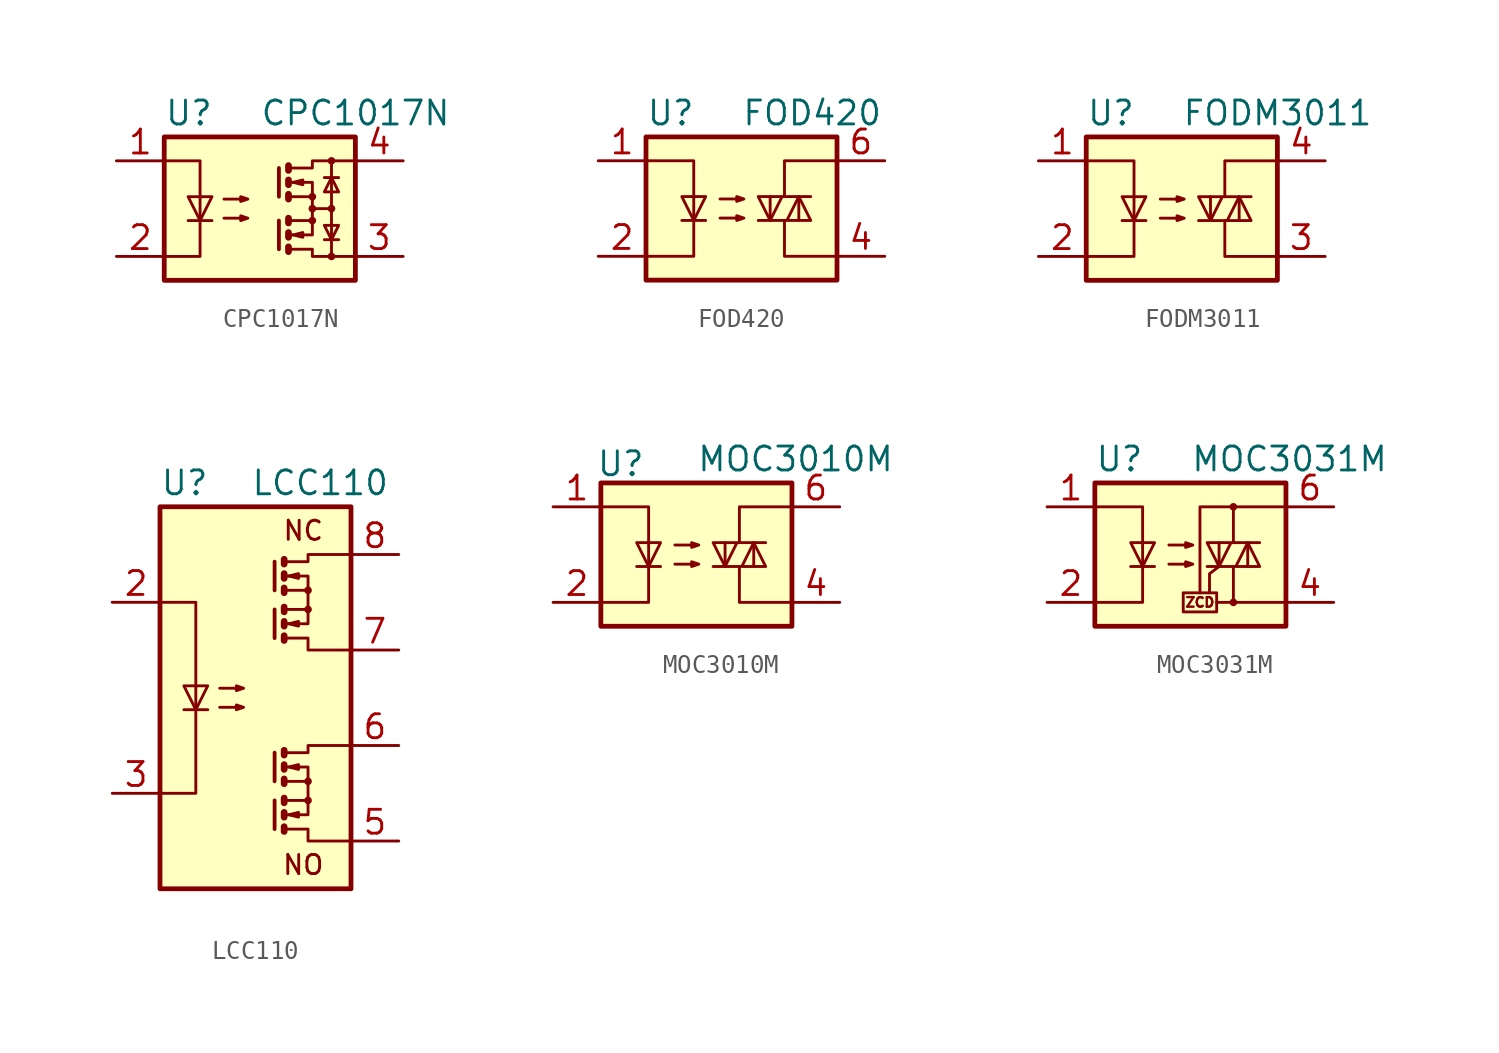
<source format=kicad_sym>
(kicad_symbol_lib
  (version 20201005)
  (generator kicad_symbol_editor)
  (symbol "Relay_SolidState:CPC1017N"
    (property "Reference" "U"
      (at -5.08 5.08 0)
      (effects (font (size 1.27 1.27)) (justify left)))
    (property "Value" "CPC1017N"
      (at 0 5.08 0)
      (effects (font (size 1.27 1.27)) (justify left)))
    (symbol "CPC1017N_0_1"
      (circle (center 2.794 -0.635) (radius 0.127) (stroke (width 0)) (fill (type none)))
      (circle (center 2.794 0) (radius 0.127) (stroke (width 0)) (fill (type none)))
      (circle (center 2.794 0.635) (radius 0.127) (stroke (width 0)) (fill (type none)))
      (circle (center 3.81 -2.54) (radius 0.127) (stroke (width 0)) (fill (type none)))
      (circle (center 3.81 0) (radius 0.127) (stroke (width 0)) (fill (type none)))
      (circle (center 3.81 2.54) (radius 0.127) (stroke (width 0)) (fill (type none)))
      (rectangle (start -5.08 3.81) (end 5.08 -3.81) (stroke (width 0.254)) (fill (type background)))
      (polyline (pts (xy -3.81 -0.635) (xy -2.54 -0.635)) (stroke (width 0)) (fill (type none)))
      (polyline (pts (xy 1.016 -0.635) (xy 1.016 -2.159)) (stroke (width 0.203)) (fill (type none)))
      (polyline (pts (xy 1.016 2.159) (xy 1.016 0.635)) (stroke (width 0.203)) (fill (type none)))
      (polyline (pts (xy 1.524 -0.508) (xy 1.524 -0.762)) (stroke (width 0.356)) (fill (type none)))
      (polyline (pts (xy 2.794 0) (xy 3.81 0)) (stroke (width 0)) (fill (type none)))
      (polyline (pts (xy 3.429 -1.651) (xy 4.191 -1.651)) (stroke (width 0)) (fill (type none)))
      (polyline (pts (xy 3.429 1.651) (xy 4.191 1.651)) (stroke (width 0)) (fill (type none)))
      (polyline (pts (xy 3.81 -2.54) (xy 3.81 2.54)) (stroke (width 0)) (fill (type none)))
      (polyline (pts (xy 1.524 -2.032) (xy 1.524 -2.286) (xy 1.524 -2.286)) (stroke (width 0.356)) (fill (type none)))
      (polyline (pts (xy 1.524 -1.27) (xy 1.524 -1.524) (xy 1.524 -1.524)) (stroke (width 0.356)) (fill (type none)))
      (polyline (pts (xy 1.524 0.762) (xy 1.524 0.508) (xy 1.524 0.508)) (stroke (width 0.356)) (fill (type none)))
      (polyline (pts (xy 1.524 1.524) (xy 1.524 1.27) (xy 1.524 1.27)) (stroke (width 0.356)) (fill (type none)))
      (polyline (pts (xy 1.524 2.286) (xy 1.524 2.032) (xy 1.524 2.032)) (stroke (width 0.356)) (fill (type none)))
      (polyline (pts (xy 1.651 -1.397) (xy 2.794 -1.397) (xy 2.794 -0.635)) (stroke (width 0)) (fill (type none)))
      (polyline (pts (xy 1.651 1.397) (xy 2.794 1.397) (xy 2.794 0.635)) (stroke (width 0)) (fill (type none)))
      (polyline (pts (xy -5.08 2.54) (xy -3.175 2.54) (xy -3.175 -2.54) (xy -5.08 -2.54)) (stroke (width 0)) (fill (type none)))
      (polyline (pts (xy -3.175 -0.635) (xy -3.81 0.635) (xy -2.54 0.635) (xy -3.175 -0.635)) (stroke (width 0)) (fill (type none)))
      (polyline (pts (xy 1.651 -2.159) (xy 2.794 -2.159) (xy 2.794 -2.54) (xy 5.08 -2.54)) (stroke (width 0)) (fill (type none)))
      (polyline (pts (xy 1.651 -0.635) (xy 2.794 -0.635) (xy 2.794 0.635) (xy 1.651 0.635)) (stroke (width 0)) (fill (type none)))
      (polyline (pts (xy 1.651 2.159) (xy 2.794 2.159) (xy 2.794 2.54) (xy 5.08 2.54)) (stroke (width 0)) (fill (type none)))
      (polyline (pts (xy 1.778 -1.397) (xy 2.286 -1.27) (xy 2.286 -1.524) (xy 1.778 -1.397)) (stroke (width 0)) (fill (type none)))
      (polyline (pts (xy 1.778 1.397) (xy 2.286 1.524) (xy 2.286 1.27) (xy 1.778 1.397)) (stroke (width 0)) (fill (type none)))
      (polyline (pts (xy 3.81 -1.651) (xy 3.429 -0.889) (xy 4.191 -0.889) (xy 3.81 -1.651)) (stroke (width 0)) (fill (type none)))
      (polyline (pts (xy 3.81 1.651) (xy 3.429 0.889) (xy 4.191 0.889) (xy 3.81 1.651)) (stroke (width 0)) (fill (type none)))
      (polyline (pts (xy -1.905 -0.508) (xy -0.635 -0.508) (xy -1.016 -0.635) (xy -1.016 -0.381) (xy -0.635 -0.508)) (stroke (width 0)) (fill (type none)))
      (polyline (pts (xy -1.905 0.508) (xy -0.635 0.508) (xy -1.016 0.381) (xy -1.016 0.635) (xy -0.635 0.508)) (stroke (width 0)) (fill (type none))))
    (symbol "CPC1017N_1_1"
      (pin passive line (at -7.62 2.54 0) (length 2.54) (name "~" (effects (font (size 1.27 1.27)))) (number "1" (effects (font (size 1.27 1.27)))))
      (pin passive line (at -7.62 -2.54 0) (length 2.54) (name "~" (effects (font (size 1.27 1.27)))) (number "2" (effects (font (size 1.27 1.27)))))
      (pin passive line (at 7.62 -2.54 180) (length 2.54) (name "~" (effects (font (size 1.27 1.27)))) (number "3" (effects (font (size 1.27 1.27)))))
      (pin passive line (at 7.62 2.54 180) (length 2.54) (name "~" (effects (font (size 1.27 1.27)))) (number "4" (effects (font (size 1.27 1.27)))))))
  (symbol "Relay_SolidState:FOD420"
    (property "Reference" "U"
      (at -5.08 5.08 0)
      (effects (font (size 1.27 1.27)) (justify left)))
    (property "Value" "FOD420"
      (at 0 5.08 0)
      (effects (font (size 1.27 1.27)) (justify left)))
    (symbol "FOD420_0_1"
      (rectangle (start -5.08 3.81) (end 5.08 -3.81) (stroke (width 0.254)) (fill (type background)))
      (polyline (pts (xy -3.175 -0.635) (xy -1.905 -0.635)) (stroke (width 0)) (fill (type none)))
      (polyline (pts (xy 1.524 -0.635) (xy 1.524 0.635)) (stroke (width 0)) (fill (type none)))
      (polyline (pts (xy 3.048 0.635) (xy 3.048 -0.635)) (stroke (width 0)) (fill (type none)))
      (polyline (pts (xy 2.286 -0.635) (xy 2.286 -2.54) (xy 5.08 -2.54)) (stroke (width 0)) (fill (type none)))
      (polyline (pts (xy 2.286 0.635) (xy 2.286 2.54) (xy 5.08 2.54)) (stroke (width 0)) (fill (type none)))
      (polyline (pts (xy -5.08 2.54) (xy -2.54 2.54) (xy -2.54 -2.54) (xy -5.08 -2.54)) (stroke (width 0)) (fill (type none)))
      (polyline (pts (xy -2.54 -0.635) (xy -3.175 0.635) (xy -1.905 0.635) (xy -2.54 -0.635)) (stroke (width 0)) (fill (type none)))
      (polyline (pts (xy 0.889 -0.635) (xy 3.683 -0.635) (xy 3.048 0.635) (xy 2.413 -0.635)) (stroke (width 0)) (fill (type none)))
      (polyline (pts (xy 3.683 0.635) (xy 0.889 0.635) (xy 1.524 -0.635) (xy 2.159 0.635)) (stroke (width 0)) (fill (type none)))
      (polyline (pts (xy -1.143 -0.508) (xy 0.127 -0.508) (xy -0.254 -0.635) (xy -0.254 -0.381) (xy 0.127 -0.508)) (stroke (width 0)) (fill (type none)))
      (polyline (pts (xy -1.143 0.508) (xy 0.127 0.508) (xy -0.254 0.381) (xy -0.254 0.635) (xy 0.127 0.508)) (stroke (width 0)) (fill (type none))))
    (symbol "FOD420_1_1"
      (pin passive line (at -7.62 2.54 0) (length 2.54) (name "~" (effects (font (size 1.27 1.27)))) (number "1" (effects (font (size 1.27 1.27)))))
      (pin passive line (at -7.62 -2.54 0) (length 2.54) (name "~" (effects (font (size 1.27 1.27)))) (number "2" (effects (font (size 1.27 1.27)))))
      (pin no_connect line (at -5.08 0 0) (length 2.54) hide (name "NC" (effects (font (size 1.27 1.27)))) (number "3" (effects (font (size 1.27 1.27)))))
      (pin passive line (at 7.62 -2.54 180) (length 2.54) (name "~" (effects (font (size 1.27 1.27)))) (number "4" (effects (font (size 1.27 1.27)))))
      (pin no_connect line (at 5.08 0 180) (length 2.54) hide (name "NC" (effects (font (size 1.27 1.27)))) (number "5" (effects (font (size 1.27 1.27)))))
      (pin passive line (at 7.62 2.54 180) (length 2.54) (name "~" (effects (font (size 1.27 1.27)))) (number "6" (effects (font (size 1.27 1.27)))))))
  (symbol "Relay_SolidState:FODM3011"
    (property "Reference" "U"
      (at -5.08 5.08 0)
      (effects (font (size 1.27 1.27)) (justify left)))
    (property "Value" "FODM3011"
      (at 0 5.08 0)
      (effects (font (size 1.27 1.27)) (justify left)))
    (symbol "FODM3011_0_1"
      (rectangle (start -5.08 3.81) (end 5.08 -3.81) (stroke (width 0.254)) (fill (type background)))
      (polyline (pts (xy -3.175 -0.635) (xy -1.905 -0.635)) (stroke (width 0)) (fill (type none)))
      (polyline (pts (xy 1.524 -0.635) (xy 1.524 0.635)) (stroke (width 0)) (fill (type none)))
      (polyline (pts (xy 3.048 0.635) (xy 3.048 -0.635)) (stroke (width 0)) (fill (type none)))
      (polyline (pts (xy 2.286 -0.635) (xy 2.286 -2.54) (xy 5.08 -2.54)) (stroke (width 0)) (fill (type none)))
      (polyline (pts (xy 2.286 0.635) (xy 2.286 2.54) (xy 5.08 2.54)) (stroke (width 0)) (fill (type none)))
      (polyline (pts (xy -5.08 2.54) (xy -2.54 2.54) (xy -2.54 -2.54) (xy -5.08 -2.54)) (stroke (width 0)) (fill (type none)))
      (polyline (pts (xy -2.54 -0.635) (xy -3.175 0.635) (xy -1.905 0.635) (xy -2.54 -0.635)) (stroke (width 0)) (fill (type none)))
      (polyline (pts (xy 0.889 -0.635) (xy 3.683 -0.635) (xy 3.048 0.635) (xy 2.413 -0.635)) (stroke (width 0)) (fill (type none)))
      (polyline (pts (xy 3.683 0.635) (xy 0.889 0.635) (xy 1.524 -0.635) (xy 2.159 0.635)) (stroke (width 0)) (fill (type none)))
      (polyline (pts (xy -1.143 -0.508) (xy 0.127 -0.508) (xy -0.254 -0.635) (xy -0.254 -0.381) (xy 0.127 -0.508)) (stroke (width 0)) (fill (type none)))
      (polyline (pts (xy -1.143 0.508) (xy 0.127 0.508) (xy -0.254 0.381) (xy -0.254 0.635) (xy 0.127 0.508)) (stroke (width 0)) (fill (type none))))
    (symbol "FODM3011_1_1"
      (pin passive line (at -7.62 2.54 0) (length 2.54) (name "~" (effects (font (size 1.27 1.27)))) (number "1" (effects (font (size 1.27 1.27)))))
      (pin passive line (at -7.62 -2.54 0) (length 2.54) (name "~" (effects (font (size 1.27 1.27)))) (number "2" (effects (font (size 1.27 1.27)))))
      (pin passive line (at 7.62 -2.54 180) (length 2.54) (name "~" (effects (font (size 1.27 1.27)))) (number "3" (effects (font (size 1.27 1.27)))))
      (pin passive line (at 7.62 2.54 180) (length 2.54) (name "~" (effects (font (size 1.27 1.27)))) (number "4" (effects (font (size 1.27 1.27)))))))
  (symbol "Relay_SolidState:LCC110"
    (property "Reference" "U"
      (at -5.08 11.43 0)
      (effects (font (size 1.27 1.27)) (justify left)))
    (property "Value" "LCC110"
      (at -0.254 11.43 0)
      (effects (font (size 1.27 1.27)) (justify left)))
    (symbol "LCC110_0_0"
      (text "NC" (at 2.54 8.89 0) (effects (font (size 1.016 1.016))))
      (text "NO" (at 2.54 -8.89 0) (effects (font (size 1.016 1.016)))))
    (symbol "LCC110_0_1"
      (circle (center 2.794 -5.461) (radius 0.127) (stroke (width 0)) (fill (type none)))
      (circle (center 2.794 -4.445) (radius 0.127) (stroke (width 0)) (fill (type none)))
      (circle (center 2.794 4.699) (radius 0.127) (stroke (width 0)) (fill (type none)))
      (circle (center 2.794 5.715) (radius 0.127) (stroke (width 0)) (fill (type none)))
      (rectangle (start 5.08 -10.16) (end -5.08 10.16) (stroke (width 0.254)) (fill (type background)))
      (polyline (pts (xy -3.81 -0.635) (xy -2.54 -0.635)) (stroke (width 0)) (fill (type none)))
      (polyline (pts (xy 1.016 -5.461) (xy 1.016 -6.985)) (stroke (width 0.203)) (fill (type none)))
      (polyline (pts (xy 1.016 -2.921) (xy 1.016 -4.445)) (stroke (width 0.203)) (fill (type none)))
      (polyline (pts (xy 1.016 4.699) (xy 1.016 3.175)) (stroke (width 0.203)) (fill (type none)))
      (polyline (pts (xy 1.016 7.239) (xy 1.016 5.715)) (stroke (width 0.203)) (fill (type none)))
      (polyline (pts (xy 1.524 -6.858) (xy 1.524 -7.112) (xy 1.524 -7.112)) (stroke (width 0.356)) (fill (type none)))
      (polyline (pts (xy 1.524 -6.096) (xy 1.524 -6.35) (xy 1.524 -6.35)) (stroke (width 0.356)) (fill (type none)))
      (polyline (pts (xy 1.524 -5.334) (xy 1.524 -5.588) (xy 1.524 -5.588)) (stroke (width 0.356)) (fill (type none)))
      (polyline (pts (xy 1.524 -4.318) (xy 1.524 -4.572) (xy 1.524 -4.572)) (stroke (width 0.356)) (fill (type none)))
      (polyline (pts (xy 1.524 -3.556) (xy 1.524 -3.81) (xy 1.524 -3.81)) (stroke (width 0.356)) (fill (type none)))
      (polyline (pts (xy 1.524 -2.794) (xy 1.524 -3.048) (xy 1.524 -3.048)) (stroke (width 0.356)) (fill (type none)))
      (polyline (pts (xy 1.524 3.302) (xy 1.524 3.048) (xy 1.524 3.048)) (stroke (width 0.356)) (fill (type none)))
      (polyline (pts (xy 1.524 4.064) (xy 1.524 3.81) (xy 1.524 3.81)) (stroke (width 0.356)) (fill (type none)))
      (polyline (pts (xy 1.524 4.826) (xy 1.524 4.572) (xy 1.524 4.572)) (stroke (width 0.356)) (fill (type none)))
      (polyline (pts (xy 1.524 5.842) (xy 1.524 5.588) (xy 1.524 5.588)) (stroke (width 0.356)) (fill (type none)))
      (polyline (pts (xy 1.524 6.604) (xy 1.524 6.35) (xy 1.524 6.35)) (stroke (width 0.356)) (fill (type none)))
      (polyline (pts (xy 1.524 7.366) (xy 1.524 7.112) (xy 1.524 7.112)) (stroke (width 0.356)) (fill (type none)))
      (polyline (pts (xy 1.651 -3.683) (xy 2.794 -3.683) (xy 2.794 -4.445)) (stroke (width 0)) (fill (type none)))
      (polyline (pts (xy 1.651 6.477) (xy 2.794 6.477) (xy 2.794 5.715)) (stroke (width 0)) (fill (type none)))
      (polyline (pts (xy -5.08 5.08) (xy -3.175 5.08) (xy -3.175 -5.08) (xy -5.08 -5.08)) (stroke (width 0)) (fill (type none)))
      (polyline (pts (xy -3.175 -0.635) (xy -3.81 0.635) (xy -2.54 0.635) (xy -3.175 -0.635)) (stroke (width 0)) (fill (type none)))
      (polyline (pts (xy 1.651 -2.921) (xy 2.794 -2.921) (xy 2.794 -2.54) (xy 5.08 -2.54)) (stroke (width 0)) (fill (type none)))
      (polyline (pts (xy 1.651 7.239) (xy 2.794 7.239) (xy 2.794 7.62) (xy 5.08 7.62)) (stroke (width 0)) (fill (type none)))
      (polyline (pts (xy 1.778 -6.223) (xy 2.286 -6.096) (xy 2.286 -6.35) (xy 1.778 -6.223)) (stroke (width 0)) (fill (type none)))
      (polyline (pts (xy 1.778 -3.683) (xy 2.286 -3.556) (xy 2.286 -3.81) (xy 1.778 -3.683)) (stroke (width 0)) (fill (type none)))
      (polyline (pts (xy 1.778 3.937) (xy 2.286 4.064) (xy 2.286 3.81) (xy 1.778 3.937)) (stroke (width 0)) (fill (type none)))
      (polyline (pts (xy 1.778 6.477) (xy 2.286 6.604) (xy 2.286 6.35) (xy 1.778 6.477)) (stroke (width 0)) (fill (type none)))
      (polyline (pts (xy -1.905 -0.508) (xy -0.635 -0.508) (xy -1.016 -0.635) (xy -1.016 -0.381) (xy -0.635 -0.508)) (stroke (width 0)) (fill (type none)))
      (polyline (pts (xy -1.905 0.508) (xy -0.635 0.508) (xy -1.016 0.381) (xy -1.016 0.635) (xy -0.635 0.508)) (stroke (width 0)) (fill (type none))))
    (symbol "LCC110_1_1"
      (polyline (pts (xy 1.524 -6.223) (xy 2.794 -6.223) (xy 2.794 -5.461)) (stroke (width 0)) (fill (type none)))
      (polyline (pts (xy 1.524 3.937) (xy 2.794 3.937) (xy 2.794 4.699)) (stroke (width 0)) (fill (type none)))
      (polyline (pts (xy 1.524 -6.985) (xy 2.794 -6.985) (xy 2.794 -7.62) (xy 5.08 -7.62)) (stroke (width 0)) (fill (type none)))
      (polyline (pts (xy 1.524 -4.445) (xy 2.794 -4.445) (xy 2.794 -5.461) (xy 1.524 -5.461)) (stroke (width 0)) (fill (type none)))
      (polyline (pts (xy 1.524 3.175) (xy 2.794 3.175) (xy 2.794 2.54) (xy 5.08 2.54)) (stroke (width 0)) (fill (type none)))
      (polyline (pts (xy 1.524 5.715) (xy 2.794 5.715) (xy 2.794 4.699) (xy 1.524 4.699)) (stroke (width 0)) (fill (type none)))
      (pin no_connect line (at -5.08 7.62 0) (length 2.54) hide (name "nc" (effects (font (size 1.27 1.27)))) (number "1" (effects (font (size 1.27 1.27)))))
      (pin passive line (at -7.62 5.08 0) (length 2.54) (name "~" (effects (font (size 1.27 1.27)))) (number "2" (effects (font (size 1.27 1.27)))))
      (pin passive line (at -7.62 -5.08 0) (length 2.54) (name "~" (effects (font (size 1.27 1.27)))) (number "3" (effects (font (size 1.27 1.27)))))
      (pin no_connect line (at -5.08 -7.62 0) (length 2.54) hide (name "nc" (effects (font (size 1.27 1.27)))) (number "4" (effects (font (size 1.27 1.27)))))
      (pin passive line (at 7.62 -7.62 180) (length 2.54) (name "~" (effects (font (size 1.27 1.27)))) (number "5" (effects (font (size 1.27 1.27)))))
      (pin passive line (at 7.62 -2.54 180) (length 2.54) (name "~" (effects (font (size 1.27 1.27)))) (number "6" (effects (font (size 1.27 1.27)))))
      (pin passive line (at 7.62 2.54 180) (length 2.54) (name "~" (effects (font (size 1.27 1.27)))) (number "7" (effects (font (size 1.27 1.27)))))
      (pin passive line (at 7.62 7.62 180) (length 2.54) (name "~" (effects (font (size 1.27 1.27)))) (number "8" (effects (font (size 1.27 1.27)))))))
  (symbol "Relay_SolidState:MOC3010M"
    (property "Reference" "U"
      (at -5.334 4.826 0)
      (effects (font (size 1.27 1.27)) (justify left)))
    (property "Value" "MOC3010M"
      (at 0 5.08 0)
      (effects (font (size 1.27 1.27)) (justify left)))
    (symbol "MOC3010M_0_1"
      (rectangle (start -5.08 3.81) (end 5.08 -3.81) (stroke (width 0.254)) (fill (type background)))
      (polyline (pts (xy -3.175 -0.635) (xy -1.905 -0.635)) (stroke (width 0)) (fill (type none)))
      (polyline (pts (xy 1.524 -0.635) (xy 1.524 0.635)) (stroke (width 0)) (fill (type none)))
      (polyline (pts (xy 3.048 0.635) (xy 3.048 -0.635)) (stroke (width 0)) (fill (type none)))
      (polyline (pts (xy 2.286 -0.635) (xy 2.286 -2.54) (xy 5.08 -2.54)) (stroke (width 0)) (fill (type none)))
      (polyline (pts (xy 2.286 0.635) (xy 2.286 2.54) (xy 5.08 2.54)) (stroke (width 0)) (fill (type none)))
      (polyline (pts (xy -5.08 2.54) (xy -2.54 2.54) (xy -2.54 -2.54) (xy -5.08 -2.54)) (stroke (width 0)) (fill (type none)))
      (polyline (pts (xy -2.54 -0.635) (xy -3.175 0.635) (xy -1.905 0.635) (xy -2.54 -0.635)) (stroke (width 0)) (fill (type none)))
      (polyline (pts (xy 0.889 -0.635) (xy 3.683 -0.635) (xy 3.048 0.635) (xy 2.413 -0.635)) (stroke (width 0)) (fill (type none)))
      (polyline (pts (xy 3.683 0.635) (xy 0.889 0.635) (xy 1.524 -0.635) (xy 2.159 0.635)) (stroke (width 0)) (fill (type none)))
      (polyline (pts (xy -1.143 -0.508) (xy 0.127 -0.508) (xy -0.254 -0.635) (xy -0.254 -0.381) (xy 0.127 -0.508)) (stroke (width 0)) (fill (type none)))
      (polyline (pts (xy -1.143 0.508) (xy 0.127 0.508) (xy -0.254 0.381) (xy -0.254 0.635) (xy 0.127 0.508)) (stroke (width 0)) (fill (type none))))
    (symbol "MOC3010M_1_1"
      (pin passive line (at -7.62 2.54 0) (length 2.54) (name "~" (effects (font (size 1.27 1.27)))) (number "1" (effects (font (size 1.27 1.27)))))
      (pin passive line (at -7.62 -2.54 0) (length 2.54) (name "~" (effects (font (size 1.27 1.27)))) (number "2" (effects (font (size 1.27 1.27)))))
      (pin no_connect line (at -5.08 0 0) (length 2.54) hide (name "NC" (effects (font (size 1.27 1.27)))) (number "3" (effects (font (size 1.27 1.27)))))
      (pin passive line (at 7.62 -2.54 180) (length 2.54) (name "~" (effects (font (size 1.27 1.27)))) (number "4" (effects (font (size 1.27 1.27)))))
      (pin no_connect line (at 5.08 0 180) (length 2.54) hide (name "NC" (effects (font (size 1.27 1.27)))) (number "5" (effects (font (size 1.27 1.27)))))
      (pin passive line (at 7.62 2.54 180) (length 2.54) (name "~" (effects (font (size 1.27 1.27)))) (number "6" (effects (font (size 1.27 1.27)))))))
  (symbol "Relay_SolidState:MOC3031M"
    (property "Reference" "U"
      (at -5.08 5.08 0)
      (effects (font (size 1.27 1.27)) (justify left)))
    (property "Value" "MOC3031M"
      (at 0 5.08 0)
      (effects (font (size 1.27 1.27)) (justify left)))
    (symbol "MOC3031M_0_0"
      (text "ZCD" (at 0.508 -2.54 0) (effects (font (size 0.508 0.508))))
      (rectangle (start -0.381 -2.032) (end 1.397 -3.048) (stroke (width 0)) (fill (type none)))
      (polyline (pts (xy 2.286 -2.54) (xy 1.397 -2.54)) (stroke (width 0)) (fill (type none)))
      (polyline (pts (xy 1.524 -0.635) (xy 1.016 -1.016) (xy 1.016 -2.032)) (stroke (width 0)) (fill (type none))))
    (symbol "MOC3031M_0_1"
      (circle (center 2.286 -2.54) (radius 0.127) (stroke (width 0)) (fill (type none)))
      (circle (center 2.286 2.54) (radius 0.127) (stroke (width 0)) (fill (type none)))
      (rectangle (start -5.08 3.81) (end 5.08 -3.81) (stroke (width 0.254)) (fill (type background)))
      (polyline (pts (xy -3.175 -0.635) (xy -1.905 -0.635)) (stroke (width 0)) (fill (type none)))
      (polyline (pts (xy 1.524 -0.635) (xy 1.524 0.635)) (stroke (width 0)) (fill (type none)))
      (polyline (pts (xy 3.048 0.635) (xy 3.048 -0.635)) (stroke (width 0)) (fill (type none)))
      (polyline (pts (xy 2.286 -0.635) (xy 2.286 -2.54) (xy 5.08 -2.54)) (stroke (width 0)) (fill (type none)))
      (polyline (pts (xy 2.286 0.635) (xy 2.286 2.54) (xy 5.08 2.54)) (stroke (width 0)) (fill (type none)))
      (polyline (pts (xy 2.286 2.54) (xy 0.508 2.54) (xy 0.508 -2.032)) (stroke (width 0)) (fill (type none)))
      (polyline (pts (xy -5.08 2.54) (xy -2.54 2.54) (xy -2.54 -2.54) (xy -5.08 -2.54)) (stroke (width 0)) (fill (type none)))
      (polyline (pts (xy -2.54 -0.635) (xy -3.175 0.635) (xy -1.905 0.635) (xy -2.54 -0.635)) (stroke (width 0)) (fill (type none)))
      (polyline (pts (xy 0.889 -0.635) (xy 3.683 -0.635) (xy 3.048 0.635) (xy 2.413 -0.635)) (stroke (width 0)) (fill (type none)))
      (polyline (pts (xy 3.683 0.635) (xy 0.889 0.635) (xy 1.524 -0.635) (xy 2.159 0.635)) (stroke (width 0)) (fill (type none)))
      (polyline (pts (xy -1.143 -0.508) (xy 0.127 -0.508) (xy -0.254 -0.635) (xy -0.254 -0.381) (xy 0.127 -0.508)) (stroke (width 0)) (fill (type none)))
      (polyline (pts (xy -1.143 0.508) (xy 0.127 0.508) (xy -0.254 0.381) (xy -0.254 0.635) (xy 0.127 0.508)) (stroke (width 0)) (fill (type none))))
    (symbol "MOC3031M_1_1"
      (pin passive line (at -7.62 2.54 0) (length 2.54) (name "~" (effects (font (size 1.27 1.27)))) (number "1" (effects (font (size 1.27 1.27)))))
      (pin passive line (at -7.62 -2.54 0) (length 2.54) (name "~" (effects (font (size 1.27 1.27)))) (number "2" (effects (font (size 1.27 1.27)))))
      (pin no_connect line (at -5.08 0 0) (length 2.54) hide (name "NC" (effects (font (size 1.27 1.27)))) (number "3" (effects (font (size 1.27 1.27)))))
      (pin passive line (at 7.62 -2.54 180) (length 2.54) (name "~" (effects (font (size 1.27 1.27)))) (number "4" (effects (font (size 1.27 1.27)))))
      (pin no_connect line (at 5.08 0 180) (length 2.54) hide (name "NC" (effects (font (size 1.27 1.27)))) (number "5" (effects (font (size 1.27 1.27)))))
      (pin passive line (at 7.62 2.54 180) (length 2.54) (name "~" (effects (font (size 1.27 1.27)))) (number "6" (effects (font (size 1.27 1.27))))))))
</source>
